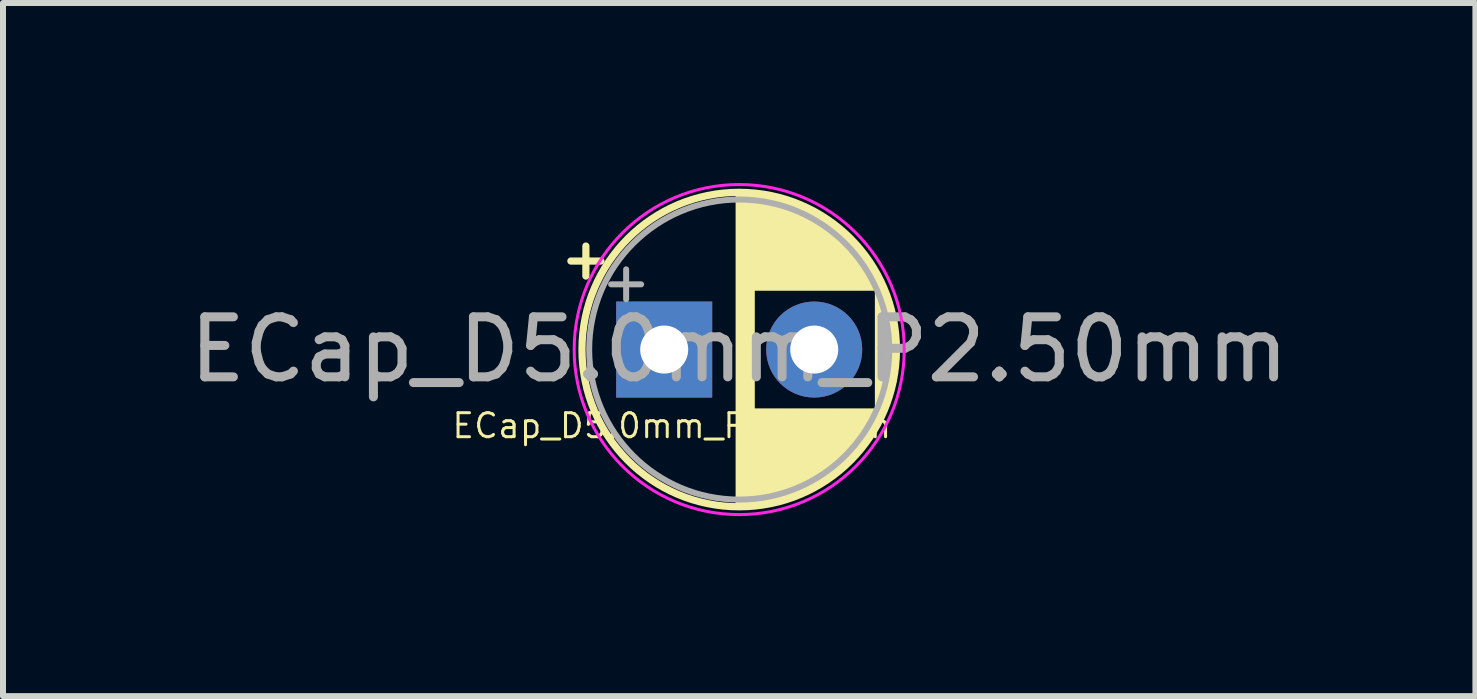
<source format=kicad_pcb>
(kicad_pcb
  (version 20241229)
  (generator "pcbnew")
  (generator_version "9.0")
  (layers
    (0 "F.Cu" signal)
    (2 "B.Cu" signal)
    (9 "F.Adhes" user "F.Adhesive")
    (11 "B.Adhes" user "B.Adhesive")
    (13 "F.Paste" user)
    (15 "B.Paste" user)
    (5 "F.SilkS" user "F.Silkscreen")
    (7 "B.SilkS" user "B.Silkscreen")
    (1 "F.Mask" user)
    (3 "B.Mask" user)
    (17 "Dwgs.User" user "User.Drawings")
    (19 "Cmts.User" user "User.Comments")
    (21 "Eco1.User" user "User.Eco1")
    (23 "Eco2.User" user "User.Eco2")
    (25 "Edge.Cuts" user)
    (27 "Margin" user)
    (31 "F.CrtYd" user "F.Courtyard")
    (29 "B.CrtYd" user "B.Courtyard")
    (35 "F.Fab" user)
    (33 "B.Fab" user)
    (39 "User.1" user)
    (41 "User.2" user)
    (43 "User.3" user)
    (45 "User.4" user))
  (footprint "ECap_D5.0mm_P2.50mm"
    (layer "F.Cu")
    (at 8.018 2.775)
    (property "Reference" "ECap_D5.0mm_P2.50mm" (at 0.127 1.27 0) (layer "F.SilkS") (effects (font (size 0.4 0.4) (thickness 0.05))))
    (attr through_hole)
    (fp_line (start -1.555 -1.475) (end -1.055 -1.475) (stroke (width 0.12) (type solid)) (layer "F.SilkS"))
    (fp_line (start -1.305 -1.725) (end -1.305 -1.225) (stroke (width 0.12) (type solid)) (layer "F.SilkS"))
    (fp_line (start 1.25 -2.58) (end 1.25 2.58) (stroke (width 0.12) (type solid)) (layer "F.SilkS"))
    (fp_line (start 1.29 -2.58) (end 1.29 2.58) (stroke (width 0.12) (type solid)) (layer "F.SilkS"))
    (fp_line (start 1.33 -2.579) (end 1.33 2.579) (stroke (width 0.12) (type solid)) (layer "F.SilkS"))
    (fp_line (start 1.37 -2.578) (end 1.37 2.578) (stroke (width 0.12) (type solid)) (layer "F.SilkS"))
    (fp_line (start 1.41 -2.576) (end 1.41 2.576) (stroke (width 0.12) (type solid)) (layer "F.SilkS"))
    (fp_line (start 1.45 -2.573) (end 1.45 2.573) (stroke (width 0.12) (type solid)) (layer "F.SilkS"))
    (fp_line (start 1.49 -2.569) (end 1.49 -1.04) (stroke (width 0.12) (type solid)) (layer "F.SilkS"))
    (fp_line (start 1.49 1.04) (end 1.49 2.569) (stroke (width 0.12) (type solid)) (layer "F.SilkS"))
    (fp_line (start 1.53 -2.565) (end 1.53 -1.04) (stroke (width 0.12) (type solid)) (layer "F.SilkS"))
    (fp_line (start 1.53 1.04) (end 1.53 2.565) (stroke (width 0.12) (type solid)) (layer "F.SilkS"))
    (fp_line (start 1.57 -2.561) (end 1.57 -1.04) (stroke (width 0.12) (type solid)) (layer "F.SilkS"))
    (fp_line (start 1.57 1.04) (end 1.57 2.561) (stroke (width 0.12) (type solid)) (layer "F.SilkS"))
    (fp_line (start 1.61 -2.556) (end 1.61 -1.04) (stroke (width 0.12) (type solid)) (layer "F.SilkS"))
    (fp_line (start 1.61 1.04) (end 1.61 2.556) (stroke (width 0.12) (type solid)) (layer "F.SilkS"))
    (fp_line (start 1.65 -2.55) (end 1.65 -1.04) (stroke (width 0.12) (type solid)) (layer "F.SilkS"))
    (fp_line (start 1.65 1.04) (end 1.65 2.55) (stroke (width 0.12) (type solid)) (layer "F.SilkS"))
    (fp_line (start 1.69 -2.543) (end 1.69 -1.04) (stroke (width 0.12) (type solid)) (layer "F.SilkS"))
    (fp_line (start 1.69 1.04) (end 1.69 2.543) (stroke (width 0.12) (type solid)) (layer "F.SilkS"))
    (fp_line (start 1.73 -2.536) (end 1.73 -1.04) (stroke (width 0.12) (type solid)) (layer "F.SilkS"))
    (fp_line (start 1.73 1.04) (end 1.73 2.536) (stroke (width 0.12) (type solid)) (layer "F.SilkS"))
    (fp_line (start 1.77 -2.528) (end 1.77 -1.04) (stroke (width 0.12) (type solid)) (layer "F.SilkS"))
    (fp_line (start 1.77 1.04) (end 1.77 2.528) (stroke (width 0.12) (type solid)) (layer "F.SilkS"))
    (fp_line (start 1.81 -2.52) (end 1.81 -1.04) (stroke (width 0.12) (type solid)) (layer "F.SilkS"))
    (fp_line (start 1.81 1.04) (end 1.81 2.52) (stroke (width 0.12) (type solid)) (layer "F.SilkS"))
    (fp_line (start 1.85 -2.511) (end 1.85 -1.04) (stroke (width 0.12) (type solid)) (layer "F.SilkS"))
    (fp_line (start 1.85 1.04) (end 1.85 2.511) (stroke (width 0.12) (type solid)) (layer "F.SilkS"))
    (fp_line (start 1.89 -2.501) (end 1.89 -1.04) (stroke (width 0.12) (type solid)) (layer "F.SilkS"))
    (fp_line (start 1.89 1.04) (end 1.89 2.501) (stroke (width 0.12) (type solid)) (layer "F.SilkS"))
    (fp_line (start 1.93 -2.491) (end 1.93 -1.04) (stroke (width 0.12) (type solid)) (layer "F.SilkS"))
    (fp_line (start 1.93 1.04) (end 1.93 2.491) (stroke (width 0.12) (type solid)) (layer "F.SilkS"))
    (fp_line (start 1.971 -2.48) (end 1.971 -1.04) (stroke (width 0.12) (type solid)) (layer "F.SilkS"))
    (fp_line (start 1.971 1.04) (end 1.971 2.48) (stroke (width 0.12) (type solid)) (layer "F.SilkS"))
    (fp_line (start 2.011 -2.468) (end 2.011 -1.04) (stroke (width 0.12) (type solid)) (layer "F.SilkS"))
    (fp_line (start 2.011 1.04) (end 2.011 2.468) (stroke (width 0.12) (type solid)) (layer "F.SilkS"))
    (fp_line (start 2.051 -2.455) (end 2.051 -1.04) (stroke (width 0.12) (type solid)) (layer "F.SilkS"))
    (fp_line (start 2.051 1.04) (end 2.051 2.455) (stroke (width 0.12) (type solid)) (layer "F.SilkS"))
    (fp_line (start 2.091 -2.442) (end 2.091 -1.04) (stroke (width 0.12) (type solid)) (layer "F.SilkS"))
    (fp_line (start 2.091 1.04) (end 2.091 2.442) (stroke (width 0.12) (type solid)) (layer "F.SilkS"))
    (fp_line (start 2.131 -2.428) (end 2.131 -1.04) (stroke (width 0.12) (type solid)) (layer "F.SilkS"))
    (fp_line (start 2.131 1.04) (end 2.131 2.428) (stroke (width 0.12) (type solid)) (layer "F.SilkS"))
    (fp_line (start 2.171 -2.414) (end 2.171 -1.04) (stroke (width 0.12) (type solid)) (layer "F.SilkS"))
    (fp_line (start 2.171 1.04) (end 2.171 2.414) (stroke (width 0.12) (type solid)) (layer "F.SilkS"))
    (fp_line (start 2.211 -2.398) (end 2.211 -1.04) (stroke (width 0.12) (type solid)) (layer "F.SilkS"))
    (fp_line (start 2.211 1.04) (end 2.211 2.398) (stroke (width 0.12) (type solid)) (layer "F.SilkS"))
    (fp_line (start 2.251 -2.382) (end 2.251 -1.04) (stroke (width 0.12) (type solid)) (layer "F.SilkS"))
    (fp_line (start 2.251 1.04) (end 2.251 2.382) (stroke (width 0.12) (type solid)) (layer "F.SilkS"))
    (fp_line (start 2.291 -2.365) (end 2.291 -1.04) (stroke (width 0.12) (type solid)) (layer "F.SilkS"))
    (fp_line (start 2.291 1.04) (end 2.291 2.365) (stroke (width 0.12) (type solid)) (layer "F.SilkS"))
    (fp_line (start 2.331 -2.348) (end 2.331 -1.04) (stroke (width 0.12) (type solid)) (layer "F.SilkS"))
    (fp_line (start 2.331 1.04) (end 2.331 2.348) (stroke (width 0.12) (type solid)) (layer "F.SilkS"))
    (fp_line (start 2.371 -2.329) (end 2.371 -1.04) (stroke (width 0.12) (type solid)) (layer "F.SilkS"))
    (fp_line (start 2.371 1.04) (end 2.371 2.329) (stroke (width 0.12) (type solid)) (layer "F.SilkS"))
    (fp_line (start 2.411 -2.31) (end 2.411 -1.04) (stroke (width 0.12) (type solid)) (layer "F.SilkS"))
    (fp_line (start 2.411 1.04) (end 2.411 2.31) (stroke (width 0.12) (type solid)) (layer "F.SilkS"))
    (fp_line (start 2.451 -2.29) (end 2.451 -1.04) (stroke (width 0.12) (type solid)) (layer "F.SilkS"))
    (fp_line (start 2.451 1.04) (end 2.451 2.29) (stroke (width 0.12) (type solid)) (layer "F.SilkS"))
    (fp_line (start 2.491 -2.268) (end 2.491 -1.04) (stroke (width 0.12) (type solid)) (layer "F.SilkS"))
    (fp_line (start 2.491 1.04) (end 2.491 2.268) (stroke (width 0.12) (type solid)) (layer "F.SilkS"))
    (fp_line (start 2.531 -2.247) (end 2.531 -1.04) (stroke (width 0.12) (type solid)) (layer "F.SilkS"))
    (fp_line (start 2.531 1.04) (end 2.531 2.247) (stroke (width 0.12) (type solid)) (layer "F.SilkS"))
    (fp_line (start 2.571 -2.224) (end 2.571 -1.04) (stroke (width 0.12) (type solid)) (layer "F.SilkS"))
    (fp_line (start 2.571 1.04) (end 2.571 2.224) (stroke (width 0.12) (type solid)) (layer "F.SilkS"))
    (fp_line (start 2.611 -2.2) (end 2.611 -1.04) (stroke (width 0.12) (type solid)) (layer "F.SilkS"))
    (fp_line (start 2.611 1.04) (end 2.611 2.2) (stroke (width 0.12) (type solid)) (layer "F.SilkS"))
    (fp_line (start 2.651 -2.175) (end 2.651 -1.04) (stroke (width 0.12) (type solid)) (layer "F.SilkS"))
    (fp_line (start 2.651 1.04) (end 2.651 2.175) (stroke (width 0.12) (type solid)) (layer "F.SilkS"))
    (fp_line (start 2.691 -2.149) (end 2.691 -1.04) (stroke (width 0.12) (type solid)) (layer "F.SilkS"))
    (fp_line (start 2.691 1.04) (end 2.691 2.149) (stroke (width 0.12) (type solid)) (layer "F.SilkS"))
    (fp_line (start 2.731 -2.122) (end 2.731 -1.04) (stroke (width 0.12) (type solid)) (layer "F.SilkS"))
    (fp_line (start 2.731 1.04) (end 2.731 2.122) (stroke (width 0.12) (type solid)) (layer "F.SilkS"))
    (fp_line (start 2.771 -2.095) (end 2.771 -1.04) (stroke (width 0.12) (type solid)) (layer "F.SilkS"))
    (fp_line (start 2.771 1.04) (end 2.771 2.095) (stroke (width 0.12) (type solid)) (layer "F.SilkS"))
    (fp_line (start 2.811 -2.065) (end 2.811 -1.04) (stroke (width 0.12) (type solid)) (layer "F.SilkS"))
    (fp_line (start 2.811 1.04) (end 2.811 2.065) (stroke (width 0.12) (type solid)) (layer "F.SilkS"))
    (fp_line (start 2.851 -2.035) (end 2.851 -1.04) (stroke (width 0.12) (type solid)) (layer "F.SilkS"))
    (fp_line (start 2.851 1.04) (end 2.851 2.035) (stroke (width 0.12) (type solid)) (layer "F.SilkS"))
    (fp_line (start 2.891 -2.004) (end 2.891 -1.04) (stroke (width 0.12) (type solid)) (layer "F.SilkS"))
    (fp_line (start 2.891 1.04) (end 2.891 2.004) (stroke (width 0.12) (type solid)) (layer "F.SilkS"))
    (fp_line (start 2.931 -1.971) (end 2.931 -1.04) (stroke (width 0.12) (type solid)) (layer "F.SilkS"))
    (fp_line (start 2.931 1.04) (end 2.931 1.971) (stroke (width 0.12) (type solid)) (layer "F.SilkS"))
    (fp_line (start 2.971 -1.937) (end 2.971 -1.04) (stroke (width 0.12) (type solid)) (layer "F.SilkS"))
    (fp_line (start 2.971 1.04) (end 2.971 1.937) (stroke (width 0.12) (type solid)) (layer "F.SilkS"))
    (fp_line (start 3.011 -1.901) (end 3.011 -1.04) (stroke (width 0.12) (type solid)) (layer "F.SilkS"))
    (fp_line (start 3.011 1.04) (end 3.011 1.901) (stroke (width 0.12) (type solid)) (layer "F.SilkS"))
    (fp_line (start 3.051 -1.864) (end 3.051 -1.04) (stroke (width 0.12) (type solid)) (layer "F.SilkS"))
    (fp_line (start 3.051 1.04) (end 3.051 1.864) (stroke (width 0.12) (type solid)) (layer "F.SilkS"))
    (fp_line (start 3.091 -1.826) (end 3.091 -1.04) (stroke (width 0.12) (type solid)) (layer "F.SilkS"))
    (fp_line (start 3.091 1.04) (end 3.091 1.826) (stroke (width 0.12) (type solid)) (layer "F.SilkS"))
    (fp_line (start 3.131 -1.785) (end 3.131 -1.04) (stroke (width 0.12) (type solid)) (layer "F.SilkS"))
    (fp_line (start 3.131 1.04) (end 3.131 1.785) (stroke (width 0.12) (type solid)) (layer "F.SilkS"))
    (fp_line (start 3.171 -1.743) (end 3.171 -1.04) (stroke (width 0.12) (type solid)) (layer "F.SilkS"))
    (fp_line (start 3.171 1.04) (end 3.171 1.743) (stroke (width 0.12) (type solid)) (layer "F.SilkS"))
    (fp_line (start 3.211 -1.699) (end 3.211 -1.04) (stroke (width 0.12) (type solid)) (layer "F.SilkS"))
    (fp_line (start 3.211 1.04) (end 3.211 1.699) (stroke (width 0.12) (type solid)) (layer "F.SilkS"))
    (fp_line (start 3.251 -1.653) (end 3.251 -1.04) (stroke (width 0.12) (type solid)) (layer "F.SilkS"))
    (fp_line (start 3.251 1.04) (end 3.251 1.653) (stroke (width 0.12) (type solid)) (layer "F.SilkS"))
    (fp_line (start 3.291 -1.605) (end 3.291 -1.04) (stroke (width 0.12) (type solid)) (layer "F.SilkS"))
    (fp_line (start 3.291 1.04) (end 3.291 1.605) (stroke (width 0.12) (type solid)) (layer "F.SilkS"))
    (fp_line (start 3.331 -1.554) (end 3.331 -1.04) (stroke (width 0.12) (type solid)) (layer "F.SilkS"))
    (fp_line (start 3.331 1.04) (end 3.331 1.554) (stroke (width 0.12) (type solid)) (layer "F.SilkS"))
    (fp_line (start 3.371 -1.5) (end 3.371 -1.04) (stroke (width 0.12) (type solid)) (layer "F.SilkS"))
    (fp_line (start 3.371 1.04) (end 3.371 1.5) (stroke (width 0.12) (type solid)) (layer "F.SilkS"))
    (fp_line (start 3.411 -1.443) (end 3.411 -1.04) (stroke (width 0.12) (type solid)) (layer "F.SilkS"))
    (fp_line (start 3.411 1.04) (end 3.411 1.443) (stroke (width 0.12) (type solid)) (layer "F.SilkS"))
    (fp_line (start 3.451 -1.383) (end 3.451 -1.04) (stroke (width 0.12) (type solid)) (layer "F.SilkS"))
    (fp_line (start 3.451 1.04) (end 3.451 1.383) (stroke (width 0.12) (type solid)) (layer "F.SilkS"))
    (fp_line (start 3.491 -1.319) (end 3.491 -1.04) (stroke (width 0.12) (type solid)) (layer "F.SilkS"))
    (fp_line (start 3.491 1.04) (end 3.491 1.319) (stroke (width 0.12) (type solid)) (layer "F.SilkS"))
    (fp_line (start 3.531 -1.251) (end 3.531 -1.04) (stroke (width 0.12) (type solid)) (layer "F.SilkS"))
    (fp_line (start 3.531 1.04) (end 3.531 1.251) (stroke (width 0.12) (type solid)) (layer "F.SilkS"))
    (fp_line (start 3.571 -1.178) (end 3.571 1.178) (stroke (width 0.12) (type solid)) (layer "F.SilkS"))
    (fp_line (start 3.611 -1.098) (end 3.611 1.098) (stroke (width 0.12) (type solid)) (layer "F.SilkS"))
    (fp_line (start 3.651 -1.011) (end 3.651 1.011) (stroke (width 0.12) (type solid)) (layer "F.SilkS"))
    (fp_line (start 3.691 -0.915) (end 3.691 0.915) (stroke (width 0.12) (type solid)) (layer "F.SilkS"))
    (fp_line (start 3.731 -0.805) (end 3.731 0.805) (stroke (width 0.12) (type solid)) (layer "F.SilkS"))
    (fp_line (start 3.771 -0.677) (end 3.771 0.677) (stroke (width 0.12) (type solid)) (layer "F.SilkS"))
    (fp_line (start 3.811 -0.518) (end 3.811 0.518) (stroke (width 0.12) (type solid)) (layer "F.SilkS"))
    (fp_line (start 3.851 -0.284) (end 3.851 0.284) (stroke (width 0.12) (type solid)) (layer "F.SilkS"))
    (fp_circle (center 1.25 0) (end 3.87 0) (stroke (width 0.12) (type solid)) (fill no) (layer "F.SilkS"))
    (fp_circle (center 1.25 0) (end 4 0) (stroke (width 0.05) (type solid)) (fill no) (layer "F.CrtYd"))
    (fp_line (start -0.884 -1.087) (end -0.384 -1.087) (stroke (width 0.1) (type solid)) (layer "F.Fab"))
    (fp_line (start -0.634 -1.337) (end -0.634 -0.838) (stroke (width 0.1) (type solid)) (layer "F.Fab"))
    (fp_circle (center 1.25 0) (end 3.75 0) (stroke (width 0.1) (type solid)) (fill no) (layer "F.Fab"))
    (fp_text user "${REFERENCE}" (at 1.25 0 0) (layer "F.Fab") (effects (font (size 1 1) (thickness 0.15))))
    (pad "1" thru_hole rect (at 0 0) (size 1.6 1.6) (drill 0.8) (layers "*.Cu" "*.Mask"))
    (pad "2" thru_hole circle (at 2.5 0) (size 1.6 1.6) (drill 0.8) (layers "*.Cu" "*.Mask")))
  (gr_rect
    (start -3 -3)
    (end 21.536 8.55)
    (stroke (width 0.1) (type default))
    (fill no)
    (layer "Edge.Cuts")))
</source>
